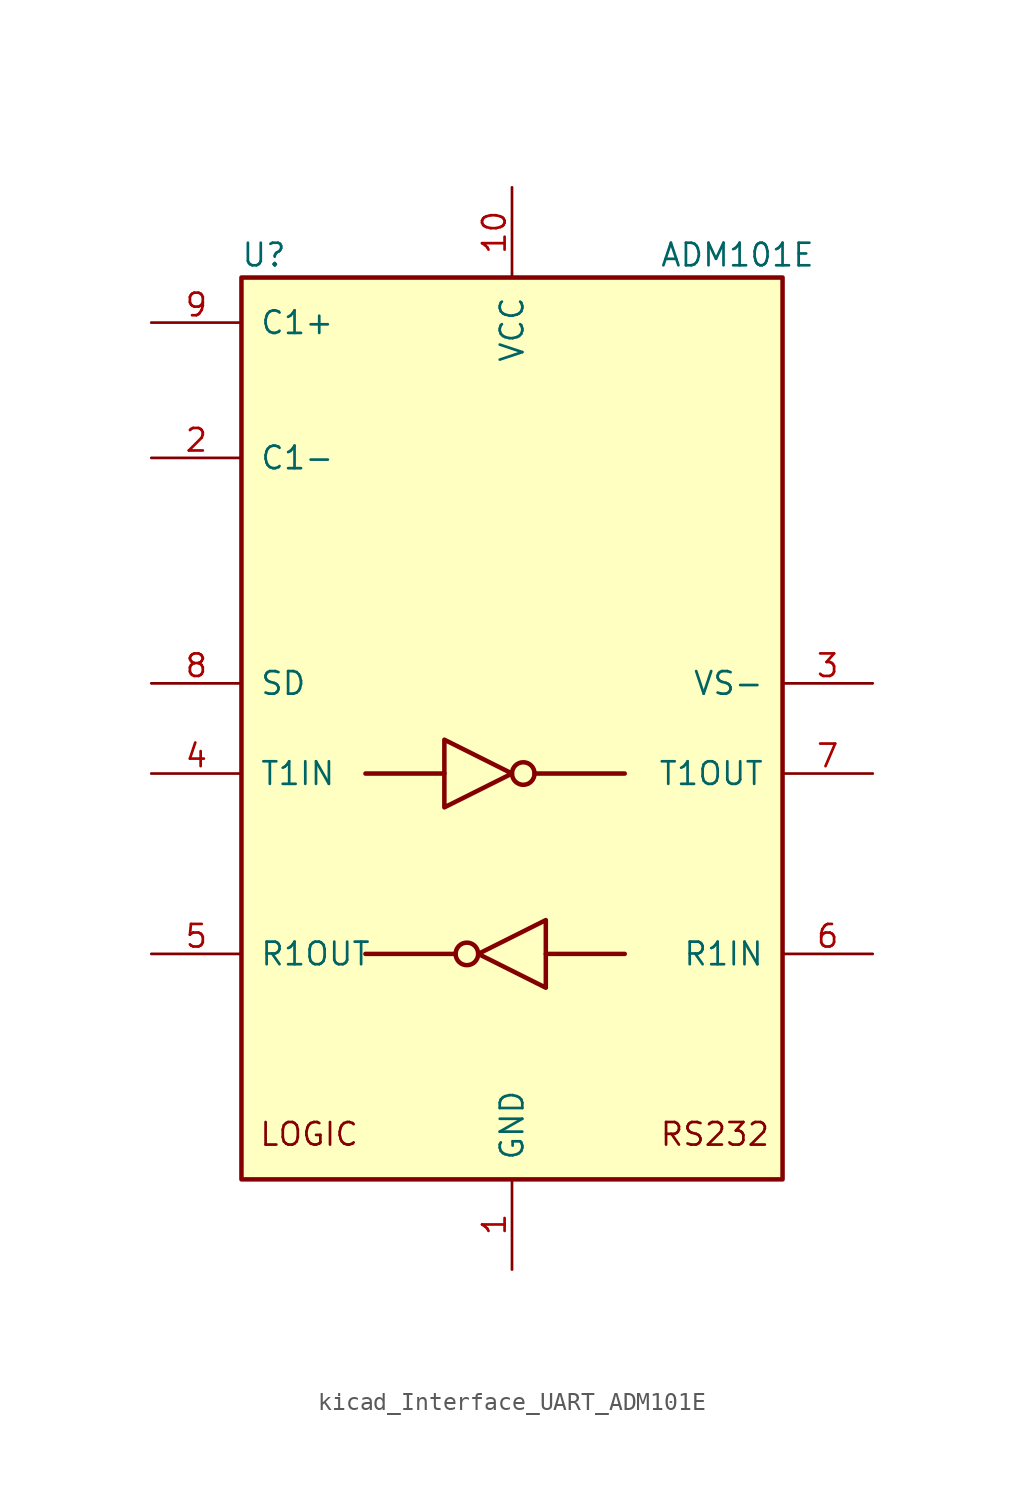
<source format=kicad_sym>
(kicad_symbol_lib
  (version 20220914)
  (generator kicad_symbol_editor)
  (symbol "kicad_Interface_UART_ADM101E"
    (pin_names
      (offset 1.016))
    (property "Reference" "U"
      (at -13.97 26.67 0)
      (effects (font (size 1.27 1.27))))
    (property "Value" "ADM101E"
      (at 12.7 26.67 0)
      (effects (font (size 1.27 1.27))))
    (symbol "kicad_Interface_UART_ADM101E_0_0"
      (text "LOGIC" (at -11.43 -22.86 0) (effects (font (size 1.27 1.27))))
      (text "RS232" (at 11.43 -22.86 0) (effects (font (size 1.27 1.27)))))
    (symbol "kicad_Interface_UART_ADM101E_0_1"
      (rectangle (start -15.24 -25.4) (end 15.24 25.4) (stroke (width 0.254) (type default)) (fill (type background)))
      (circle (center -2.54 -12.7) (radius 0.635) (stroke (width 0.254) (type default)) (fill (type none)))
      (polyline (pts (xy -3.81 -2.54) (xy -8.255 -2.54)) (stroke (width 0.254) (type default)) (fill (type none)))
      (polyline (pts (xy -3.175 -12.7) (xy -8.255 -12.7)) (stroke (width 0.254) (type default)) (fill (type none)))
      (polyline (pts (xy 1.27 -2.54) (xy 6.35 -2.54)) (stroke (width 0.254) (type default)) (fill (type none)))
      (polyline (pts (xy 1.905 -12.7) (xy 6.35 -12.7)) (stroke (width 0.254) (type default)) (fill (type none)))
      (polyline (pts (xy -3.81 -0.635) (xy -3.81 -4.445) (xy 0 -2.54) (xy -3.81 -0.635)) (stroke (width 0.254) (type default)) (fill (type none)))
      (polyline (pts (xy 1.905 -10.795) (xy 1.905 -14.605) (xy -1.905 -12.7) (xy 1.905 -10.795)) (stroke (width 0.254) (type default)) (fill (type none)))
      (circle (center 0.635 -2.54) (radius 0.635) (stroke (width 0.254) (type default)) (fill (type none))))
    (symbol "kicad_Interface_UART_ADM101E_1_1"
      (pin power_in line (at 0 -30.48 90) (length 5.08) (name "GND" (effects (font (size 1.27 1.27)))) (number "1" (effects (font (size 1.27 1.27)))))
      (pin power_in line (at 0 30.48 270) (length 5.08) (name "VCC" (effects (font (size 1.27 1.27)))) (number "10" (effects (font (size 1.27 1.27)))))
      (pin passive line (at -20.32 15.24 0) (length 5.08) (name "C1-" (effects (font (size 1.27 1.27)))) (number "2" (effects (font (size 1.27 1.27)))))
      (pin power_out line (at 20.32 2.54 180) (length 5.08) (name "VS-" (effects (font (size 1.27 1.27)))) (number "3" (effects (font (size 1.27 1.27)))))
      (pin input line (at -20.32 -2.54 0) (length 5.08) (name "T1IN" (effects (font (size 1.27 1.27)))) (number "4" (effects (font (size 1.27 1.27)))))
      (pin output line (at -20.32 -12.7 0) (length 5.08) (name "R1OUT" (effects (font (size 1.27 1.27)))) (number "5" (effects (font (size 1.27 1.27)))))
      (pin input line (at 20.32 -12.7 180) (length 5.08) (name "R1IN" (effects (font (size 1.27 1.27)))) (number "6" (effects (font (size 1.27 1.27)))))
      (pin output line (at 20.32 -2.54 180) (length 5.08) (name "T1OUT" (effects (font (size 1.27 1.27)))) (number "7" (effects (font (size 1.27 1.27)))))
      (pin input line (at -20.32 2.54 0) (length 5.08) (name "SD" (effects (font (size 1.27 1.27)))) (number "8" (effects (font (size 1.27 1.27)))))
      (pin passive line (at -20.32 22.86 0) (length 5.08) (name "C1+" (effects (font (size 1.27 1.27)))) (number "9" (effects (font (size 1.27 1.27))))))))
</source>
